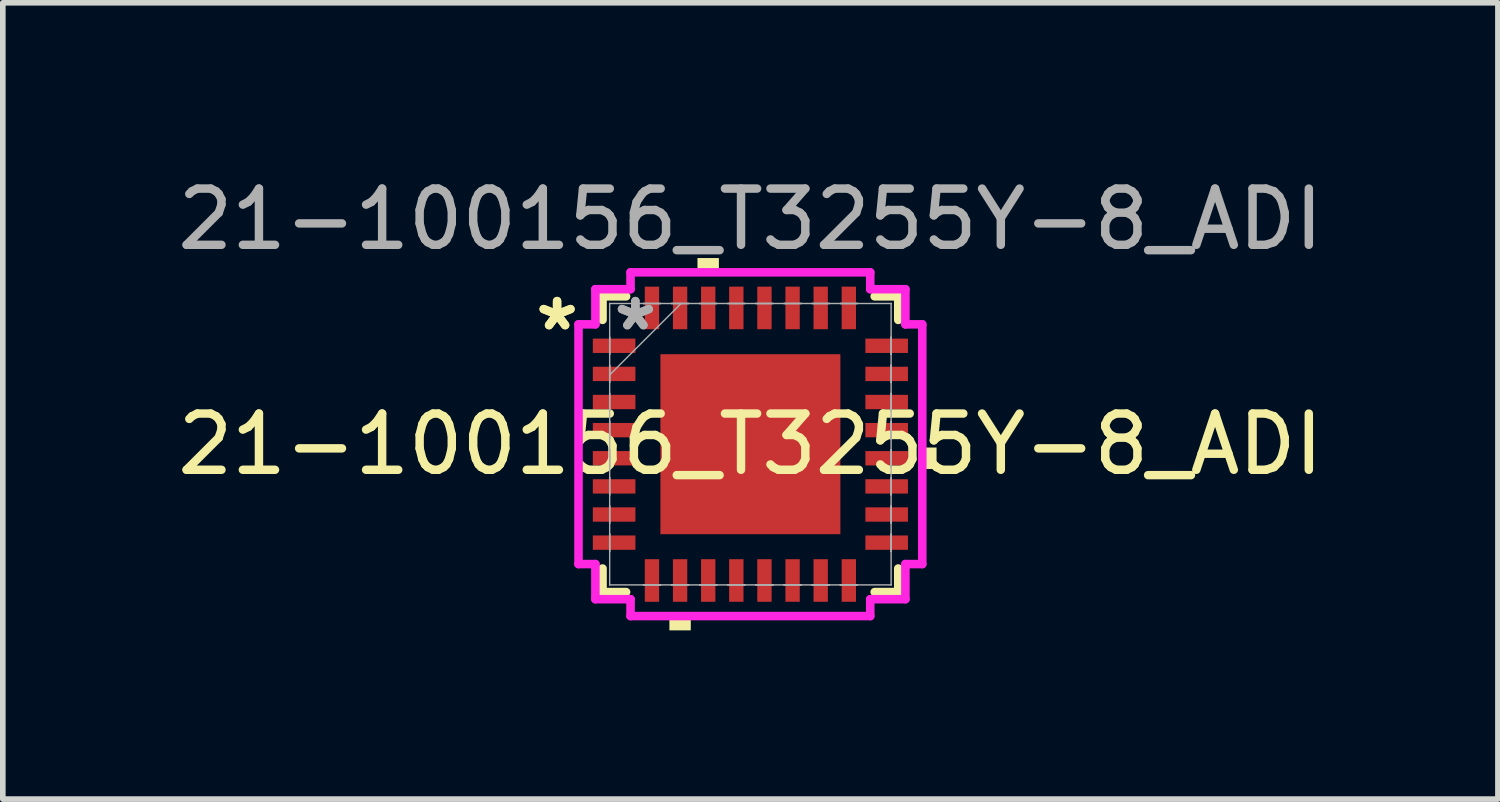
<source format=kicad_pcb>
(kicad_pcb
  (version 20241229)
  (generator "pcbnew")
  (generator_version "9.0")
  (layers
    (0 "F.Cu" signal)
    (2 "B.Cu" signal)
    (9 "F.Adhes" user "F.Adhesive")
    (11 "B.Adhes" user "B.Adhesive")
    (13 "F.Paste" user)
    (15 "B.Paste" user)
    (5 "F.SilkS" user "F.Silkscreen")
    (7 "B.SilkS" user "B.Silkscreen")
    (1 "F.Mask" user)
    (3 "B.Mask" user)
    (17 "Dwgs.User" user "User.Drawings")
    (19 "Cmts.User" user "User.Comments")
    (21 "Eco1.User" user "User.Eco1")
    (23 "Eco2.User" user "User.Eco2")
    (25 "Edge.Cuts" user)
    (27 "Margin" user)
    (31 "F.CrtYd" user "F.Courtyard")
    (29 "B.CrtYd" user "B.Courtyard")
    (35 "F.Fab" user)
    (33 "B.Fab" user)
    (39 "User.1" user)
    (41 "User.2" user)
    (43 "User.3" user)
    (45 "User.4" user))
  (footprint "21-100156_T3255Y-8_ADI"
    (layer "F.Cu")
    (at 10.292 4.848)
    (property "Reference" "21-100156_T3255Y-8_ADI" (at 0 0 0) (unlocked yes) (layer "F.SilkS") (effects (font (size 1 1) (thickness 0.15))))
    (attr smd)
    (fp_line (start -2.629 -2.629) (end -2.629 -2.21) (stroke (width 0.152) (type solid)) (layer "F.SilkS"))
    (fp_line (start -2.629 2.21) (end -2.629 2.629) (stroke (width 0.152) (type solid)) (layer "F.SilkS"))
    (fp_line (start -2.629 2.629) (end -2.21 2.629) (stroke (width 0.152) (type solid)) (layer "F.SilkS"))
    (fp_line (start -2.21 -2.629) (end -2.629 -2.629) (stroke (width 0.152) (type solid)) (layer "F.SilkS"))
    (fp_line (start 2.21 2.629) (end 2.629 2.629) (stroke (width 0.152) (type solid)) (layer "F.SilkS"))
    (fp_line (start 2.629 -2.629) (end 2.21 -2.629) (stroke (width 0.152) (type solid)) (layer "F.SilkS"))
    (fp_line (start 2.629 -2.21) (end 2.629 -2.629) (stroke (width 0.152) (type solid)) (layer "F.SilkS"))
    (fp_line (start 2.629 2.629) (end 2.629 2.21) (stroke (width 0.152) (type solid)) (layer "F.SilkS"))
    (fp_poly (pts (xy -1.44 3.056) (xy -1.44 3.31) (xy -1.06 3.31) (xy -1.06 3.056)) (stroke (width 0) (type solid)) (fill yes) (layer "F.SilkS"))
    (fp_poly (pts (xy -0.941 -3.056) (xy -0.941 -3.31) (xy -0.56 -3.31) (xy -0.56 -3.056)) (stroke (width 0) (type solid)) (fill yes) (layer "F.SilkS"))
    (fp_poly (pts (xy 3.31 0.059) (xy 3.31 0.441) (xy 3.056 0.441) (xy 3.056 0.059)) (stroke (width 0) (type solid)) (fill yes) (layer "F.SilkS"))
    (fp_poly (pts (xy -1.5 -1.5) (xy -1.5 -0.1) (xy -0.1 -0.1) (xy -0.1 -1.5)) (stroke (width 0) (type solid)) (fill yes) (layer "F.Paste"))
    (fp_poly (pts (xy -1.5 0.1) (xy -1.5 1.5) (xy -0.1 1.5) (xy -0.1 0.1)) (stroke (width 0) (type solid)) (fill yes) (layer "F.Paste"))
    (fp_poly (pts (xy 0.1 -1.5) (xy 0.1 -0.1) (xy 1.5 -0.1) (xy 1.5 -1.5)) (stroke (width 0) (type solid)) (fill yes) (layer "F.Paste"))
    (fp_poly (pts (xy 0.1 0.1) (xy 0.1 1.5) (xy 1.5 1.5) (xy 1.5 0.1)) (stroke (width 0) (type solid)) (fill yes) (layer "F.Paste"))
    (fp_line (start -3.056 -2.131) (end -2.756 -2.131) (stroke (width 0.152) (type solid)) (layer "F.CrtYd"))
    (fp_line (start -3.056 2.131) (end -3.056 -2.131) (stroke (width 0.152) (type solid)) (layer "F.CrtYd"))
    (fp_line (start -2.756 -2.756) (end -2.131 -2.756) (stroke (width 0.152) (type solid)) (layer "F.CrtYd"))
    (fp_line (start -2.756 -2.131) (end -2.756 -2.756) (stroke (width 0.152) (type solid)) (layer "F.CrtYd"))
    (fp_line (start -2.756 2.131) (end -3.056 2.131) (stroke (width 0.152) (type solid)) (layer "F.CrtYd"))
    (fp_line (start -2.756 2.756) (end -2.756 2.131) (stroke (width 0.152) (type solid)) (layer "F.CrtYd"))
    (fp_line (start -2.131 -3.056) (end 2.131 -3.056) (stroke (width 0.152) (type solid)) (layer "F.CrtYd"))
    (fp_line (start -2.131 -2.756) (end -2.131 -3.056) (stroke (width 0.152) (type solid)) (layer "F.CrtYd"))
    (fp_line (start -2.131 2.756) (end -2.756 2.756) (stroke (width 0.152) (type solid)) (layer "F.CrtYd"))
    (fp_line (start -2.131 3.056) (end -2.131 2.756) (stroke (width 0.152) (type solid)) (layer "F.CrtYd"))
    (fp_line (start 2.131 -3.056) (end 2.131 -2.756) (stroke (width 0.152) (type solid)) (layer "F.CrtYd"))
    (fp_line (start 2.131 -2.756) (end 2.756 -2.756) (stroke (width 0.152) (type solid)) (layer "F.CrtYd"))
    (fp_line (start 2.131 2.756) (end 2.131 3.056) (stroke (width 0.152) (type solid)) (layer "F.CrtYd"))
    (fp_line (start 2.131 3.056) (end -2.131 3.056) (stroke (width 0.152) (type solid)) (layer "F.CrtYd"))
    (fp_line (start 2.756 -2.756) (end 2.756 -2.131) (stroke (width 0.152) (type solid)) (layer "F.CrtYd"))
    (fp_line (start 2.756 -2.131) (end 3.056 -2.131) (stroke (width 0.152) (type solid)) (layer "F.CrtYd"))
    (fp_line (start 2.756 2.131) (end 2.756 2.756) (stroke (width 0.152) (type solid)) (layer "F.CrtYd"))
    (fp_line (start 2.756 2.756) (end 2.131 2.756) (stroke (width 0.152) (type solid)) (layer "F.CrtYd"))
    (fp_line (start 3.056 -2.131) (end 3.056 2.131) (stroke (width 0.152) (type solid)) (layer "F.CrtYd"))
    (fp_line (start 3.056 2.131) (end 2.756 2.131) (stroke (width 0.152) (type solid)) (layer "F.CrtYd"))
    (fp_line (start -2.502 -2.502) (end -2.502 -2.502) (stroke (width 0.025) (type solid)) (layer "F.Fab"))
    (fp_line (start -2.502 -2.502) (end -2.502 2.502) (stroke (width 0.025) (type solid)) (layer "F.Fab"))
    (fp_line (start -2.502 -1.902) (end -2.502 -1.902) (stroke (width 0.025) (type solid)) (layer "F.Fab"))
    (fp_line (start -2.502 -1.902) (end -2.502 -1.598) (stroke (width 0.025) (type solid)) (layer "F.Fab"))
    (fp_line (start -2.502 -1.598) (end -2.502 -1.902) (stroke (width 0.025) (type solid)) (layer "F.Fab"))
    (fp_line (start -2.502 -1.598) (end -2.502 -1.598) (stroke (width 0.025) (type solid)) (layer "F.Fab"))
    (fp_line (start -2.502 -1.402) (end -2.502 -1.402) (stroke (width 0.025) (type solid)) (layer "F.Fab"))
    (fp_line (start -2.502 -1.402) (end -2.502 -1.098) (stroke (width 0.025) (type solid)) (layer "F.Fab"))
    (fp_line (start -2.502 -1.232) (end -1.232 -2.502) (stroke (width 0.025) (type solid)) (layer "F.Fab"))
    (fp_line (start -2.502 -1.098) (end -2.502 -1.402) (stroke (width 0.025) (type solid)) (layer "F.Fab"))
    (fp_line (start -2.502 -1.098) (end -2.502 -1.098) (stroke (width 0.025) (type solid)) (layer "F.Fab"))
    (fp_line (start -2.502 -0.902) (end -2.502 -0.902) (stroke (width 0.025) (type solid)) (layer "F.Fab"))
    (fp_line (start -2.502 -0.902) (end -2.502 -0.598) (stroke (width 0.025) (type solid)) (layer "F.Fab"))
    (fp_line (start -2.502 -0.598) (end -2.502 -0.902) (stroke (width 0.025) (type solid)) (layer "F.Fab"))
    (fp_line (start -2.502 -0.598) (end -2.502 -0.598) (stroke (width 0.025) (type solid)) (layer "F.Fab"))
    (fp_line (start -2.502 -0.402) (end -2.502 -0.402) (stroke (width 0.025) (type solid)) (layer "F.Fab"))
    (fp_line (start -2.502 -0.402) (end -2.502 -0.098) (stroke (width 0.025) (type solid)) (layer "F.Fab"))
    (fp_line (start -2.502 -0.098) (end -2.502 -0.402) (stroke (width 0.025) (type solid)) (layer "F.Fab"))
    (fp_line (start -2.502 -0.098) (end -2.502 -0.098) (stroke (width 0.025) (type solid)) (layer "F.Fab"))
    (fp_line (start -2.502 0.098) (end -2.502 0.098) (stroke (width 0.025) (type solid)) (layer "F.Fab"))
    (fp_line (start -2.502 0.098) (end -2.502 0.402) (stroke (width 0.025) (type solid)) (layer "F.Fab"))
    (fp_line (start -2.502 0.402) (end -2.502 0.098) (stroke (width 0.025) (type solid)) (layer "F.Fab"))
    (fp_line (start -2.502 0.402) (end -2.502 0.402) (stroke (width 0.025) (type solid)) (layer "F.Fab"))
    (fp_line (start -2.502 0.598) (end -2.502 0.598) (stroke (width 0.025) (type solid)) (layer "F.Fab"))
    (fp_line (start -2.502 0.598) (end -2.502 0.902) (stroke (width 0.025) (type solid)) (layer "F.Fab"))
    (fp_line (start -2.502 0.902) (end -2.502 0.598) (stroke (width 0.025) (type solid)) (layer "F.Fab"))
    (fp_line (start -2.502 0.902) (end -2.502 0.902) (stroke (width 0.025) (type solid)) (layer "F.Fab"))
    (fp_line (start -2.502 1.098) (end -2.502 1.098) (stroke (width 0.025) (type solid)) (layer "F.Fab"))
    (fp_line (start -2.502 1.098) (end -2.502 1.402) (stroke (width 0.025) (type solid)) (layer "F.Fab"))
    (fp_line (start -2.502 1.402) (end -2.502 1.098) (stroke (width 0.025) (type solid)) (layer "F.Fab"))
    (fp_line (start -2.502 1.402) (end -2.502 1.402) (stroke (width 0.025) (type solid)) (layer "F.Fab"))
    (fp_line (start -2.502 1.598) (end -2.502 1.598) (stroke (width 0.025) (type solid)) (layer "F.Fab"))
    (fp_line (start -2.502 1.598) (end -2.502 1.902) (stroke (width 0.025) (type solid)) (layer "F.Fab"))
    (fp_line (start -2.502 1.902) (end -2.502 1.598) (stroke (width 0.025) (type solid)) (layer "F.Fab"))
    (fp_line (start -2.502 1.902) (end -2.502 1.902) (stroke (width 0.025) (type solid)) (layer "F.Fab"))
    (fp_line (start -2.502 2.502) (end -2.502 2.502) (stroke (width 0.025) (type solid)) (layer "F.Fab"))
    (fp_line (start -2.502 2.502) (end 2.502 2.502) (stroke (width 0.025) (type solid)) (layer "F.Fab"))
    (fp_line (start -1.902 -2.502) (end -1.902 -2.502) (stroke (width 0.025) (type solid)) (layer "F.Fab"))
    (fp_line (start -1.902 -2.502) (end -1.598 -2.502) (stroke (width 0.025) (type solid)) (layer "F.Fab"))
    (fp_line (start -1.902 2.502) (end -1.902 2.502) (stroke (width 0.025) (type solid)) (layer "F.Fab"))
    (fp_line (start -1.902 2.502) (end -1.598 2.502) (stroke (width 0.025) (type solid)) (layer "F.Fab"))
    (fp_line (start -1.598 -2.502) (end -1.902 -2.502) (stroke (width 0.025) (type solid)) (layer "F.Fab"))
    (fp_line (start -1.598 -2.502) (end -1.598 -2.502) (stroke (width 0.025) (type solid)) (layer "F.Fab"))
    (fp_line (start -1.598 2.502) (end -1.902 2.502) (stroke (width 0.025) (type solid)) (layer "F.Fab"))
    (fp_line (start -1.598 2.502) (end -1.598 2.502) (stroke (width 0.025) (type solid)) (layer "F.Fab"))
    (fp_line (start -1.402 -2.502) (end -1.402 -2.502) (stroke (width 0.025) (type solid)) (layer "F.Fab"))
    (fp_line (start -1.402 -2.502) (end -1.098 -2.502) (stroke (width 0.025) (type solid)) (layer "F.Fab"))
    (fp_line (start -1.402 2.502) (end -1.402 2.502) (stroke (width 0.025) (type solid)) (layer "F.Fab"))
    (fp_line (start -1.402 2.502) (end -1.098 2.502) (stroke (width 0.025) (type solid)) (layer "F.Fab"))
    (fp_line (start -1.098 -2.502) (end -1.402 -2.502) (stroke (width 0.025) (type solid)) (layer "F.Fab"))
    (fp_line (start -1.098 -2.502) (end -1.098 -2.502) (stroke (width 0.025) (type solid)) (layer "F.Fab"))
    (fp_line (start -1.098 2.502) (end -1.402 2.502) (stroke (width 0.025) (type solid)) (layer "F.Fab"))
    (fp_line (start -1.098 2.502) (end -1.098 2.502) (stroke (width 0.025) (type solid)) (layer "F.Fab"))
    (fp_line (start -0.902 -2.502) (end -0.902 -2.502) (stroke (width 0.025) (type solid)) (layer "F.Fab"))
    (fp_line (start -0.902 -2.502) (end -0.598 -2.502) (stroke (width 0.025) (type solid)) (layer "F.Fab"))
    (fp_line (start -0.902 2.502) (end -0.902 2.502) (stroke (width 0.025) (type solid)) (layer "F.Fab"))
    (fp_line (start -0.902 2.502) (end -0.598 2.502) (stroke (width 0.025) (type solid)) (layer "F.Fab"))
    (fp_line (start -0.598 -2.502) (end -0.902 -2.502) (stroke (width 0.025) (type solid)) (layer "F.Fab"))
    (fp_line (start -0.598 -2.502) (end -0.598 -2.502) (stroke (width 0.025) (type solid)) (layer "F.Fab"))
    (fp_line (start -0.598 2.502) (end -0.902 2.502) (stroke (width 0.025) (type solid)) (layer "F.Fab"))
    (fp_line (start -0.598 2.502) (end -0.598 2.502) (stroke (width 0.025) (type solid)) (layer "F.Fab"))
    (fp_line (start -0.402 -2.502) (end -0.402 -2.502) (stroke (width 0.025) (type solid)) (layer "F.Fab"))
    (fp_line (start -0.402 -2.502) (end -0.098 -2.502) (stroke (width 0.025) (type solid)) (layer "F.Fab"))
    (fp_line (start -0.402 2.502) (end -0.402 2.502) (stroke (width 0.025) (type solid)) (layer "F.Fab"))
    (fp_line (start -0.402 2.502) (end -0.098 2.502) (stroke (width 0.025) (type solid)) (layer "F.Fab"))
    (fp_line (start -0.098 -2.502) (end -0.402 -2.502) (stroke (width 0.025) (type solid)) (layer "F.Fab"))
    (fp_line (start -0.098 -2.502) (end -0.098 -2.502) (stroke (width 0.025) (type solid)) (layer "F.Fab"))
    (fp_line (start -0.098 2.502) (end -0.402 2.502) (stroke (width 0.025) (type solid)) (layer "F.Fab"))
    (fp_line (start -0.098 2.502) (end -0.098 2.502) (stroke (width 0.025) (type solid)) (layer "F.Fab"))
    (fp_line (start 0.098 -2.502) (end 0.098 -2.502) (stroke (width 0.025) (type solid)) (layer "F.Fab"))
    (fp_line (start 0.098 -2.502) (end 0.402 -2.502) (stroke (width 0.025) (type solid)) (layer "F.Fab"))
    (fp_line (start 0.098 2.502) (end 0.098 2.502) (stroke (width 0.025) (type solid)) (layer "F.Fab"))
    (fp_line (start 0.098 2.502) (end 0.402 2.502) (stroke (width 0.025) (type solid)) (layer "F.Fab"))
    (fp_line (start 0.402 -2.502) (end 0.098 -2.502) (stroke (width 0.025) (type solid)) (layer "F.Fab"))
    (fp_line (start 0.402 -2.502) (end 0.402 -2.502) (stroke (width 0.025) (type solid)) (layer "F.Fab"))
    (fp_line (start 0.402 2.502) (end 0.098 2.502) (stroke (width 0.025) (type solid)) (layer "F.Fab"))
    (fp_line (start 0.402 2.502) (end 0.402 2.502) (stroke (width 0.025) (type solid)) (layer "F.Fab"))
    (fp_line (start 0.598 -2.502) (end 0.598 -2.502) (stroke (width 0.025) (type solid)) (layer "F.Fab"))
    (fp_line (start 0.598 -2.502) (end 0.902 -2.502) (stroke (width 0.025) (type solid)) (layer "F.Fab"))
    (fp_line (start 0.598 2.502) (end 0.598 2.502) (stroke (width 0.025) (type solid)) (layer "F.Fab"))
    (fp_line (start 0.598 2.502) (end 0.902 2.502) (stroke (width 0.025) (type solid)) (layer "F.Fab"))
    (fp_line (start 0.902 -2.502) (end 0.598 -2.502) (stroke (width 0.025) (type solid)) (layer "F.Fab"))
    (fp_line (start 0.902 -2.502) (end 0.902 -2.502) (stroke (width 0.025) (type solid)) (layer "F.Fab"))
    (fp_line (start 0.902 2.502) (end 0.598 2.502) (stroke (width 0.025) (type solid)) (layer "F.Fab"))
    (fp_line (start 0.902 2.502) (end 0.902 2.502) (stroke (width 0.025) (type solid)) (layer "F.Fab"))
    (fp_line (start 1.098 -2.502) (end 1.098 -2.502) (stroke (width 0.025) (type solid)) (layer "F.Fab"))
    (fp_line (start 1.098 -2.502) (end 1.402 -2.502) (stroke (width 0.025) (type solid)) (layer "F.Fab"))
    (fp_line (start 1.098 2.502) (end 1.098 2.502) (stroke (width 0.025) (type solid)) (layer "F.Fab"))
    (fp_line (start 1.098 2.502) (end 1.402 2.502) (stroke (width 0.025) (type solid)) (layer "F.Fab"))
    (fp_line (start 1.402 -2.502) (end 1.098 -2.502) (stroke (width 0.025) (type solid)) (layer "F.Fab"))
    (fp_line (start 1.402 -2.502) (end 1.402 -2.502) (stroke (width 0.025) (type solid)) (layer "F.Fab"))
    (fp_line (start 1.402 2.502) (end 1.098 2.502) (stroke (width 0.025) (type solid)) (layer "F.Fab"))
    (fp_line (start 1.402 2.502) (end 1.402 2.502) (stroke (width 0.025) (type solid)) (layer "F.Fab"))
    (fp_line (start 1.598 -2.502) (end 1.598 -2.502) (stroke (width 0.025) (type solid)) (layer "F.Fab"))
    (fp_line (start 1.598 -2.502) (end 1.902 -2.502) (stroke (width 0.025) (type solid)) (layer "F.Fab"))
    (fp_line (start 1.598 2.502) (end 1.598 2.502) (stroke (width 0.025) (type solid)) (layer "F.Fab"))
    (fp_line (start 1.598 2.502) (end 1.902 2.502) (stroke (width 0.025) (type solid)) (layer "F.Fab"))
    (fp_line (start 1.902 -2.502) (end 1.598 -2.502) (stroke (width 0.025) (type solid)) (layer "F.Fab"))
    (fp_line (start 1.902 -2.502) (end 1.902 -2.502) (stroke (width 0.025) (type solid)) (layer "F.Fab"))
    (fp_line (start 1.902 2.502) (end 1.598 2.502) (stroke (width 0.025) (type solid)) (layer "F.Fab"))
    (fp_line (start 1.902 2.502) (end 1.902 2.502) (stroke (width 0.025) (type solid)) (layer "F.Fab"))
    (fp_line (start 2.502 -2.502) (end -2.502 -2.502) (stroke (width 0.025) (type solid)) (layer "F.Fab"))
    (fp_line (start 2.502 -2.502) (end 2.502 -2.502) (stroke (width 0.025) (type solid)) (layer "F.Fab"))
    (fp_line (start 2.502 -1.902) (end 2.502 -1.902) (stroke (width 0.025) (type solid)) (layer "F.Fab"))
    (fp_line (start 2.502 -1.902) (end 2.502 -1.598) (stroke (width 0.025) (type solid)) (layer "F.Fab"))
    (fp_line (start 2.502 -1.598) (end 2.502 -1.902) (stroke (width 0.025) (type solid)) (layer "F.Fab"))
    (fp_line (start 2.502 -1.598) (end 2.502 -1.598) (stroke (width 0.025) (type solid)) (layer "F.Fab"))
    (fp_line (start 2.502 -1.402) (end 2.502 -1.402) (stroke (width 0.025) (type solid)) (layer "F.Fab"))
    (fp_line (start 2.502 -1.402) (end 2.502 -1.098) (stroke (width 0.025) (type solid)) (layer "F.Fab"))
    (fp_line (start 2.502 -1.098) (end 2.502 -1.402) (stroke (width 0.025) (type solid)) (layer "F.Fab"))
    (fp_line (start 2.502 -1.098) (end 2.502 -1.098) (stroke (width 0.025) (type solid)) (layer "F.Fab"))
    (fp_line (start 2.502 -0.902) (end 2.502 -0.902) (stroke (width 0.025) (type solid)) (layer "F.Fab"))
    (fp_line (start 2.502 -0.902) (end 2.502 -0.598) (stroke (width 0.025) (type solid)) (layer "F.Fab"))
    (fp_line (start 2.502 -0.598) (end 2.502 -0.902) (stroke (width 0.025) (type solid)) (layer "F.Fab"))
    (fp_line (start 2.502 -0.598) (end 2.502 -0.598) (stroke (width 0.025) (type solid)) (layer "F.Fab"))
    (fp_line (start 2.502 -0.402) (end 2.502 -0.402) (stroke (width 0.025) (type solid)) (layer "F.Fab"))
    (fp_line (start 2.502 -0.402) (end 2.502 -0.098) (stroke (width 0.025) (type solid)) (layer "F.Fab"))
    (fp_line (start 2.502 -0.098) (end 2.502 -0.402) (stroke (width 0.025) (type solid)) (layer "F.Fab"))
    (fp_line (start 2.502 -0.098) (end 2.502 -0.098) (stroke (width 0.025) (type solid)) (layer "F.Fab"))
    (fp_line (start 2.502 0.098) (end 2.502 0.098) (stroke (width 0.025) (type solid)) (layer "F.Fab"))
    (fp_line (start 2.502 0.098) (end 2.502 0.402) (stroke (width 0.025) (type solid)) (layer "F.Fab"))
    (fp_line (start 2.502 0.402) (end 2.502 0.098) (stroke (width 0.025) (type solid)) (layer "F.Fab"))
    (fp_line (start 2.502 0.402) (end 2.502 0.402) (stroke (width 0.025) (type solid)) (layer "F.Fab"))
    (fp_line (start 2.502 0.598) (end 2.502 0.598) (stroke (width 0.025) (type solid)) (layer "F.Fab"))
    (fp_line (start 2.502 0.598) (end 2.502 0.902) (stroke (width 0.025) (type solid)) (layer "F.Fab"))
    (fp_line (start 2.502 0.902) (end 2.502 0.598) (stroke (width 0.025) (type solid)) (layer "F.Fab"))
    (fp_line (start 2.502 0.902) (end 2.502 0.902) (stroke (width 0.025) (type solid)) (layer "F.Fab"))
    (fp_line (start 2.502 1.098) (end 2.502 1.098) (stroke (width 0.025) (type solid)) (layer "F.Fab"))
    (fp_line (start 2.502 1.098) (end 2.502 1.402) (stroke (width 0.025) (type solid)) (layer "F.Fab"))
    (fp_line (start 2.502 1.402) (end 2.502 1.098) (stroke (width 0.025) (type solid)) (layer "F.Fab"))
    (fp_line (start 2.502 1.402) (end 2.502 1.402) (stroke (width 0.025) (type solid)) (layer "F.Fab"))
    (fp_line (start 2.502 1.598) (end 2.502 1.598) (stroke (width 0.025) (type solid)) (layer "F.Fab"))
    (fp_line (start 2.502 1.598) (end 2.502 1.902) (stroke (width 0.025) (type solid)) (layer "F.Fab"))
    (fp_line (start 2.502 1.902) (end 2.502 1.598) (stroke (width 0.025) (type solid)) (layer "F.Fab"))
    (fp_line (start 2.502 1.902) (end 2.502 1.902) (stroke (width 0.025) (type solid)) (layer "F.Fab"))
    (fp_line (start 2.502 2.502) (end 2.502 -2.502) (stroke (width 0.025) (type solid)) (layer "F.Fab"))
    (fp_line (start 2.502 2.502) (end 2.502 2.502) (stroke (width 0.025) (type solid)) (layer "F.Fab"))
    (fp_text user "*" (at -3.437 -2 0) (unlocked yes) (layer "F.SilkS") (effects (font (size 1 1) (thickness 0.15))))
    (fp_text user "*" (at -3.437 -2 0) (layer "F.SilkS") (effects (font (size 1 1) (thickness 0.15))))
    (fp_text user "*" (at -2.045 -2 0) (layer "F.Fab") (effects (font (size 1 1) (thickness 0.15))))
    (fp_text user "*" (at -2.045 -2 0) (unlocked yes) (layer "F.Fab") (effects (font (size 1 1) (thickness 0.15))))
    (fp_text user "${REFERENCE}" (at 0 -4 0) (unlocked yes) (layer "F.Fab") (effects (font (size 1 1) (thickness 0.15))))
    (pad "1" smd rect (at -2.423 -1.75 90) (size 0.255 0.757) (layers "F.Cu" "F.Mask" "F.Paste"))
    (pad "2" smd rect (at -2.423 -1.25 90) (size 0.255 0.757) (layers "F.Cu" "F.Mask" "F.Paste"))
    (pad "3" smd rect (at -2.423 -0.75 90) (size 0.255 0.757) (layers "F.Cu" "F.Mask" "F.Paste"))
    (pad "4" smd rect (at -2.423 -0.25 90) (size 0.255 0.757) (layers "F.Cu" "F.Mask" "F.Paste"))
    (pad "5" smd rect (at -2.423 0.25 90) (size 0.255 0.757) (layers "F.Cu" "F.Mask" "F.Paste"))
    (pad "6" smd rect (at -2.423 0.75 90) (size 0.255 0.757) (layers "F.Cu" "F.Mask" "F.Paste"))
    (pad "7" smd rect (at -2.423 1.25 90) (size 0.255 0.757) (layers "F.Cu" "F.Mask" "F.Paste"))
    (pad "8" smd rect (at -2.423 1.75 90) (size 0.255 0.757) (layers "F.Cu" "F.Mask" "F.Paste"))
    (pad "9" smd rect (at -1.75 2.423) (size 0.255 0.757) (layers "F.Cu" "F.Mask" "F.Paste"))
    (pad "10" smd rect (at -1.25 2.423) (size 0.255 0.757) (layers "F.Cu" "F.Mask" "F.Paste"))
    (pad "11" smd rect (at -0.75 2.423) (size 0.255 0.757) (layers "F.Cu" "F.Mask" "F.Paste"))
    (pad "12" smd rect (at -0.25 2.423) (size 0.255 0.757) (layers "F.Cu" "F.Mask" "F.Paste"))
    (pad "13" smd rect (at 0.25 2.423) (size 0.255 0.757) (layers "F.Cu" "F.Mask" "F.Paste"))
    (pad "14" smd rect (at 0.75 2.423) (size 0.255 0.757) (layers "F.Cu" "F.Mask" "F.Paste"))
    (pad "15" smd rect (at 1.25 2.423) (size 0.255 0.757) (layers "F.Cu" "F.Mask" "F.Paste"))
    (pad "16" smd rect (at 1.75 2.423) (size 0.255 0.757) (layers "F.Cu" "F.Mask" "F.Paste"))
    (pad "17" smd rect (at 2.423 1.75 90) (size 0.255 0.757) (layers "F.Cu" "F.Mask" "F.Paste"))
    (pad "18" smd rect (at 2.423 1.25 90) (size 0.255 0.757) (layers "F.Cu" "F.Mask" "F.Paste"))
    (pad "19" smd rect (at 2.423 0.75 90) (size 0.255 0.757) (layers "F.Cu" "F.Mask" "F.Paste"))
    (pad "20" smd rect (at 2.423 0.25 90) (size 0.255 0.757) (layers "F.Cu" "F.Mask" "F.Paste"))
    (pad "21" smd rect (at 2.423 -0.25 90) (size 0.255 0.757) (layers "F.Cu" "F.Mask" "F.Paste"))
    (pad "22" smd rect (at 2.423 -0.75 90) (size 0.255 0.757) (layers "F.Cu" "F.Mask" "F.Paste"))
    (pad "23" smd rect (at 2.423 -1.25 90) (size 0.255 0.757) (layers "F.Cu" "F.Mask" "F.Paste"))
    (pad "24" smd rect (at 2.423 -1.75 90) (size 0.255 0.757) (layers "F.Cu" "F.Mask" "F.Paste"))
    (pad "25" smd rect (at 1.75 -2.423) (size 0.255 0.757) (layers "F.Cu" "F.Mask" "F.Paste"))
    (pad "26" smd rect (at 1.25 -2.423) (size 0.255 0.757) (layers "F.Cu" "F.Mask" "F.Paste"))
    (pad "27" smd rect (at 0.75 -2.423) (size 0.255 0.757) (layers "F.Cu" "F.Mask" "F.Paste"))
    (pad "28" smd rect (at 0.25 -2.423) (size 0.255 0.757) (layers "F.Cu" "F.Mask" "F.Paste"))
    (pad "29" smd rect (at -0.25 -2.423) (size 0.255 0.757) (layers "F.Cu" "F.Mask" "F.Paste"))
    (pad "30" smd rect (at -0.75 -2.423) (size 0.255 0.757) (layers "F.Cu" "F.Mask" "F.Paste"))
    (pad "31" smd rect (at -1.25 -2.423) (size 0.255 0.757) (layers "F.Cu" "F.Mask" "F.Paste"))
    (pad "32" smd rect (at -1.75 -2.423) (size 0.255 0.757) (layers "F.Cu" "F.Mask" "F.Paste"))
    (pad "33" smd rect (at 0 0) (size 3.2 3.2) (layers "F.Cu" "F.Mask" "F.Paste")))
  (gr_rect
    (start -3 -3)
    (end 23.583 11.158)
    (stroke (width 0.1) (type default))
    (fill no)
    (layer "Edge.Cuts")))
</source>
